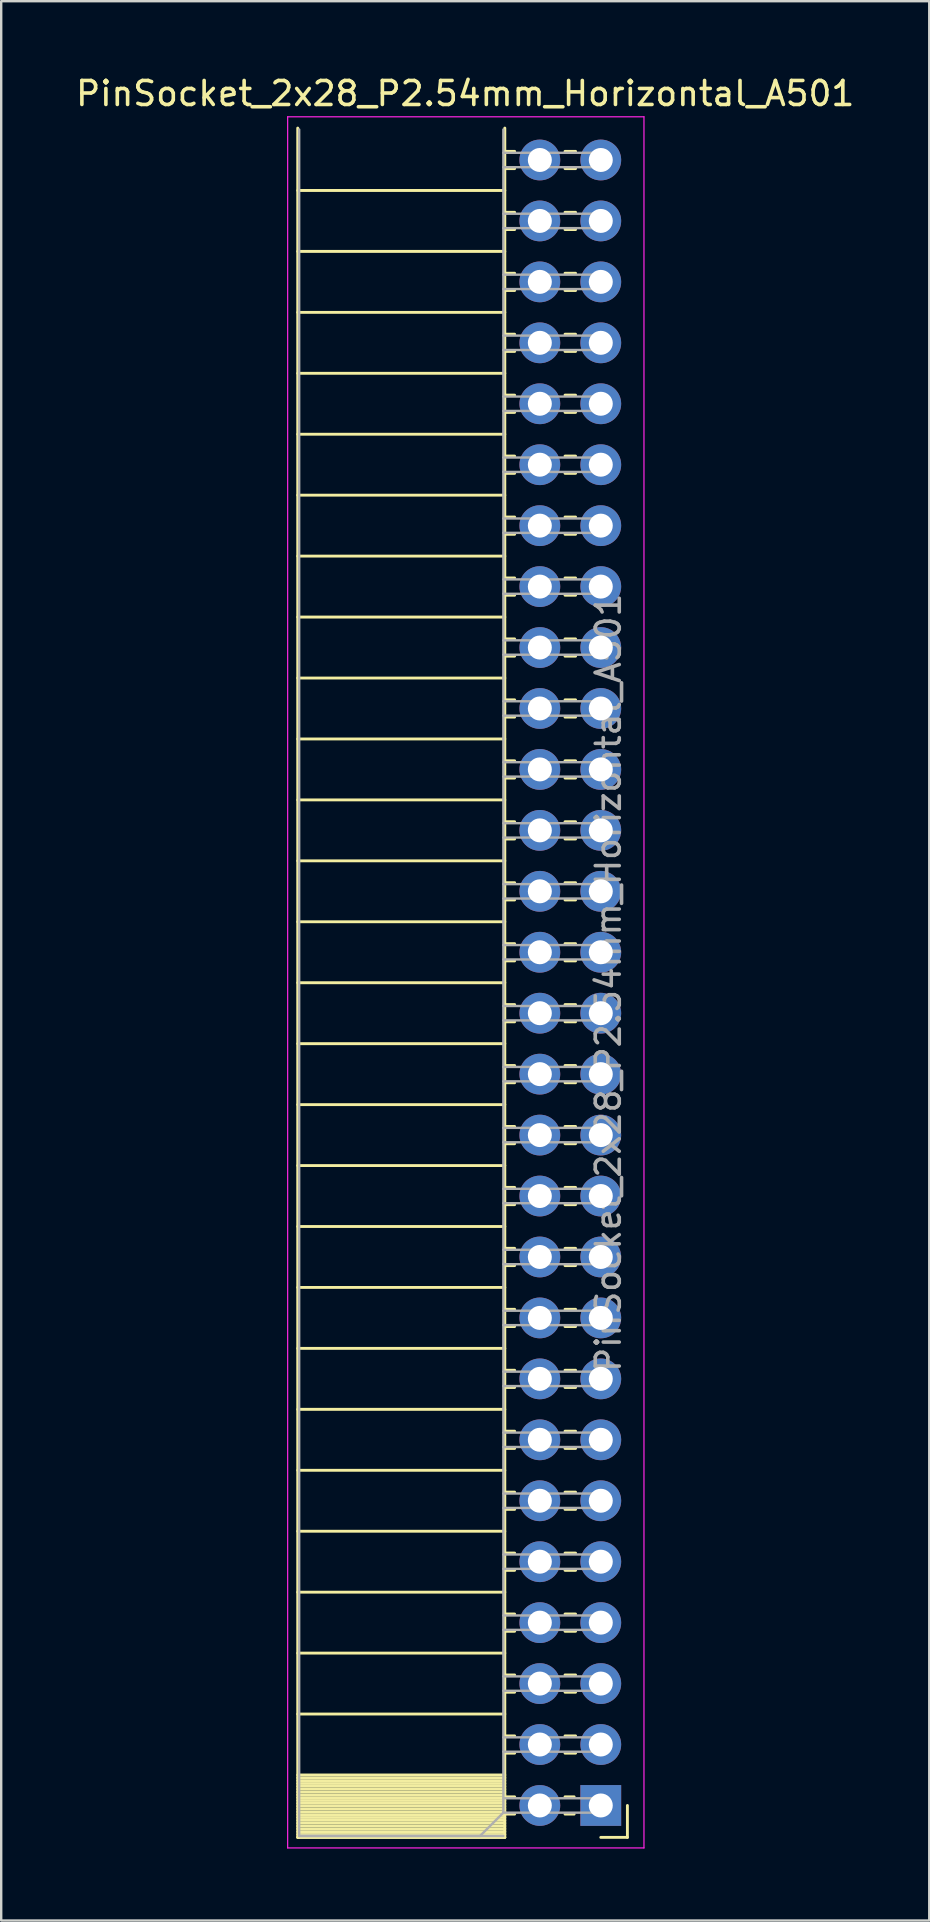
<source format=kicad_pcb>
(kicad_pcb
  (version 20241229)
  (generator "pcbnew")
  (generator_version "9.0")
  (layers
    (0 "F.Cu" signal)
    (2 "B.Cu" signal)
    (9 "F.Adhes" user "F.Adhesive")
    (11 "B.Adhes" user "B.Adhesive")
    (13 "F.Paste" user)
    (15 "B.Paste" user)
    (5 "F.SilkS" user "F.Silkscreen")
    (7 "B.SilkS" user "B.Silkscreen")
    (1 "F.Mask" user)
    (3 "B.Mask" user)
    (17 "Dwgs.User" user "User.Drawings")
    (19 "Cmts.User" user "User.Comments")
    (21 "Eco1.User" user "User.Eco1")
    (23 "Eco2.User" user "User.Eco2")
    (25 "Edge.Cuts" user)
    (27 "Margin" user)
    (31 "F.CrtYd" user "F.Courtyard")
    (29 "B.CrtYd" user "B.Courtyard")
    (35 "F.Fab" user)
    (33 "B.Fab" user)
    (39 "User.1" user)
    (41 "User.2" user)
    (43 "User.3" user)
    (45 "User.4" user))
  (footprint "PinSocket_2x28_P2.54mm_Horizontal_A501"
    (layer "F.Cu")
    (at 21.989 3.618)
    (property "Reference" "PinSocket_2x28_P2.54mm_Horizontal_A501" (at -5.65 -2.77 0) (layer "F.SilkS") (effects (font (size 1 1) (thickness 0.15))))
    (attr through_hole)
    (fp_line (start -12.63 -1.33) (end -12.63 69.91) (stroke (width 0.12) (type solid)) (layer "F.SilkS"))
    (fp_line (start -12.63 1.27) (end -4 1.27) (stroke (width 0.12) (type solid)) (layer "F.SilkS"))
    (fp_line (start -12.63 3.81) (end -4 3.81) (stroke (width 0.12) (type solid)) (layer "F.SilkS"))
    (fp_line (start -12.63 6.35) (end -4 6.35) (stroke (width 0.12) (type solid)) (layer "F.SilkS"))
    (fp_line (start -12.63 8.89) (end -4 8.89) (stroke (width 0.12) (type solid)) (layer "F.SilkS"))
    (fp_line (start -12.63 11.43) (end -4 11.43) (stroke (width 0.12) (type solid)) (layer "F.SilkS"))
    (fp_line (start -12.63 13.97) (end -4 13.97) (stroke (width 0.12) (type solid)) (layer "F.SilkS"))
    (fp_line (start -12.63 16.51) (end -4 16.51) (stroke (width 0.12) (type solid)) (layer "F.SilkS"))
    (fp_line (start -12.63 19.05) (end -4 19.05) (stroke (width 0.12) (type solid)) (layer "F.SilkS"))
    (fp_line (start -12.63 21.59) (end -4 21.59) (stroke (width 0.12) (type solid)) (layer "F.SilkS"))
    (fp_line (start -12.63 24.13) (end -4 24.13) (stroke (width 0.12) (type solid)) (layer "F.SilkS"))
    (fp_line (start -12.63 26.67) (end -4 26.67) (stroke (width 0.12) (type solid)) (layer "F.SilkS"))
    (fp_line (start -12.63 29.21) (end -4 29.21) (stroke (width 0.12) (type solid)) (layer "F.SilkS"))
    (fp_line (start -12.63 31.75) (end -4 31.75) (stroke (width 0.12) (type solid)) (layer "F.SilkS"))
    (fp_line (start -12.63 34.29) (end -4 34.29) (stroke (width 0.12) (type solid)) (layer "F.SilkS"))
    (fp_line (start -12.63 36.83) (end -4 36.83) (stroke (width 0.12) (type solid)) (layer "F.SilkS"))
    (fp_line (start -12.63 39.37) (end -4 39.37) (stroke (width 0.12) (type solid)) (layer "F.SilkS"))
    (fp_line (start -12.63 41.91) (end -4 41.91) (stroke (width 0.12) (type solid)) (layer "F.SilkS"))
    (fp_line (start -12.63 44.45) (end -4 44.45) (stroke (width 0.12) (type solid)) (layer "F.SilkS"))
    (fp_line (start -12.63 46.99) (end -4 46.99) (stroke (width 0.12) (type solid)) (layer "F.SilkS"))
    (fp_line (start -12.63 49.53) (end -4 49.53) (stroke (width 0.12) (type solid)) (layer "F.SilkS"))
    (fp_line (start -12.63 52.07) (end -4 52.07) (stroke (width 0.12) (type solid)) (layer "F.SilkS"))
    (fp_line (start -12.63 54.61) (end -4 54.61) (stroke (width 0.12) (type solid)) (layer "F.SilkS"))
    (fp_line (start -12.63 57.15) (end -4 57.15) (stroke (width 0.12) (type solid)) (layer "F.SilkS"))
    (fp_line (start -12.63 59.69) (end -4 59.69) (stroke (width 0.12) (type solid)) (layer "F.SilkS"))
    (fp_line (start -12.63 62.23) (end -4 62.23) (stroke (width 0.12) (type solid)) (layer "F.SilkS"))
    (fp_line (start -12.63 64.77) (end -4 64.77) (stroke (width 0.12) (type solid)) (layer "F.SilkS"))
    (fp_line (start -12.63 67.31) (end -4 67.31) (stroke (width 0.12) (type solid)) (layer "F.SilkS"))
    (fp_line (start -12.63 67.428) (end -4 67.428) (stroke (width 0.12) (type solid)) (layer "F.SilkS"))
    (fp_line (start -12.63 67.546) (end -4 67.546) (stroke (width 0.12) (type solid)) (layer "F.SilkS"))
    (fp_line (start -12.63 67.664) (end -4 67.664) (stroke (width 0.12) (type solid)) (layer "F.SilkS"))
    (fp_line (start -12.63 67.782) (end -4 67.782) (stroke (width 0.12) (type solid)) (layer "F.SilkS"))
    (fp_line (start -12.63 67.9) (end -4 67.9) (stroke (width 0.12) (type solid)) (layer "F.SilkS"))
    (fp_line (start -12.63 68.019) (end -4 68.019) (stroke (width 0.12) (type solid)) (layer "F.SilkS"))
    (fp_line (start -12.63 68.137) (end -4 68.137) (stroke (width 0.12) (type solid)) (layer "F.SilkS"))
    (fp_line (start -12.63 68.255) (end -4 68.255) (stroke (width 0.12) (type solid)) (layer "F.SilkS"))
    (fp_line (start -12.63 68.373) (end -4 68.373) (stroke (width 0.12) (type solid)) (layer "F.SilkS"))
    (fp_line (start -12.63 68.491) (end -4 68.491) (stroke (width 0.12) (type solid)) (layer "F.SilkS"))
    (fp_line (start -12.63 68.609) (end -4 68.609) (stroke (width 0.12) (type solid)) (layer "F.SilkS"))
    (fp_line (start -12.63 68.727) (end -4 68.727) (stroke (width 0.12) (type solid)) (layer "F.SilkS"))
    (fp_line (start -12.63 68.845) (end -4 68.845) (stroke (width 0.12) (type solid)) (layer "F.SilkS"))
    (fp_line (start -12.63 68.963) (end -4 68.963) (stroke (width 0.12) (type solid)) (layer "F.SilkS"))
    (fp_line (start -12.63 69.081) (end -4 69.081) (stroke (width 0.12) (type solid)) (layer "F.SilkS"))
    (fp_line (start -12.63 69.2) (end -4 69.2) (stroke (width 0.12) (type solid)) (layer "F.SilkS"))
    (fp_line (start -12.63 69.318) (end -4 69.318) (stroke (width 0.12) (type solid)) (layer "F.SilkS"))
    (fp_line (start -12.63 69.436) (end -4 69.436) (stroke (width 0.12) (type solid)) (layer "F.SilkS"))
    (fp_line (start -12.63 69.554) (end -4 69.554) (stroke (width 0.12) (type solid)) (layer "F.SilkS"))
    (fp_line (start -12.63 69.672) (end -4 69.672) (stroke (width 0.12) (type solid)) (layer "F.SilkS"))
    (fp_line (start -12.63 69.79) (end -4 69.79) (stroke (width 0.12) (type solid)) (layer "F.SilkS"))
    (fp_line (start -12.63 69.91) (end -4 69.91) (stroke (width 0.12) (type solid)) (layer "F.SilkS"))
    (fp_line (start -12.63 69.91) (end -4 69.91) (stroke (width 0.12) (type solid)) (layer "F.SilkS"))
    (fp_line (start -4 -0.36) (end -3.59 -0.36) (stroke (width 0.12) (type solid)) (layer "F.SilkS"))
    (fp_line (start -4 0.36) (end -3.59 0.36) (stroke (width 0.12) (type solid)) (layer "F.SilkS"))
    (fp_line (start -4 2.18) (end -3.59 2.18) (stroke (width 0.12) (type solid)) (layer "F.SilkS"))
    (fp_line (start -4 2.9) (end -3.59 2.9) (stroke (width 0.12) (type solid)) (layer "F.SilkS"))
    (fp_line (start -4 4.72) (end -3.59 4.72) (stroke (width 0.12) (type solid)) (layer "F.SilkS"))
    (fp_line (start -4 5.44) (end -3.59 5.44) (stroke (width 0.12) (type solid)) (layer "F.SilkS"))
    (fp_line (start -4 7.26) (end -3.59 7.26) (stroke (width 0.12) (type solid)) (layer "F.SilkS"))
    (fp_line (start -4 7.98) (end -3.59 7.98) (stroke (width 0.12) (type solid)) (layer "F.SilkS"))
    (fp_line (start -4 9.8) (end -3.59 9.8) (stroke (width 0.12) (type solid)) (layer "F.SilkS"))
    (fp_line (start -4 10.52) (end -3.59 10.52) (stroke (width 0.12) (type solid)) (layer "F.SilkS"))
    (fp_line (start -4 12.34) (end -3.59 12.34) (stroke (width 0.12) (type solid)) (layer "F.SilkS"))
    (fp_line (start -4 13.06) (end -3.59 13.06) (stroke (width 0.12) (type solid)) (layer "F.SilkS"))
    (fp_line (start -4 14.88) (end -3.59 14.88) (stroke (width 0.12) (type solid)) (layer "F.SilkS"))
    (fp_line (start -4 15.6) (end -3.59 15.6) (stroke (width 0.12) (type solid)) (layer "F.SilkS"))
    (fp_line (start -4 17.42) (end -3.59 17.42) (stroke (width 0.12) (type solid)) (layer "F.SilkS"))
    (fp_line (start -4 18.14) (end -3.59 18.14) (stroke (width 0.12) (type solid)) (layer "F.SilkS"))
    (fp_line (start -4 19.96) (end -3.59 19.96) (stroke (width 0.12) (type solid)) (layer "F.SilkS"))
    (fp_line (start -4 20.68) (end -3.59 20.68) (stroke (width 0.12) (type solid)) (layer "F.SilkS"))
    (fp_line (start -4 22.5) (end -3.59 22.5) (stroke (width 0.12) (type solid)) (layer "F.SilkS"))
    (fp_line (start -4 23.22) (end -3.59 23.22) (stroke (width 0.12) (type solid)) (layer "F.SilkS"))
    (fp_line (start -4 25.04) (end -3.59 25.04) (stroke (width 0.12) (type solid)) (layer "F.SilkS"))
    (fp_line (start -4 25.76) (end -3.59 25.76) (stroke (width 0.12) (type solid)) (layer "F.SilkS"))
    (fp_line (start -4 27.58) (end -3.59 27.58) (stroke (width 0.12) (type solid)) (layer "F.SilkS"))
    (fp_line (start -4 28.3) (end -3.59 28.3) (stroke (width 0.12) (type solid)) (layer "F.SilkS"))
    (fp_line (start -4 30.12) (end -3.59 30.12) (stroke (width 0.12) (type solid)) (layer "F.SilkS"))
    (fp_line (start -4 30.84) (end -3.59 30.84) (stroke (width 0.12) (type solid)) (layer "F.SilkS"))
    (fp_line (start -4 32.66) (end -3.59 32.66) (stroke (width 0.12) (type solid)) (layer "F.SilkS"))
    (fp_line (start -4 33.38) (end -3.59 33.38) (stroke (width 0.12) (type solid)) (layer "F.SilkS"))
    (fp_line (start -4 35.2) (end -3.59 35.2) (stroke (width 0.12) (type solid)) (layer "F.SilkS"))
    (fp_line (start -4 35.92) (end -3.59 35.92) (stroke (width 0.12) (type solid)) (layer "F.SilkS"))
    (fp_line (start -4 37.74) (end -3.59 37.74) (stroke (width 0.12) (type solid)) (layer "F.SilkS"))
    (fp_line (start -4 38.46) (end -3.59 38.46) (stroke (width 0.12) (type solid)) (layer "F.SilkS"))
    (fp_line (start -4 40.28) (end -3.59 40.28) (stroke (width 0.12) (type solid)) (layer "F.SilkS"))
    (fp_line (start -4 41) (end -3.59 41) (stroke (width 0.12) (type solid)) (layer "F.SilkS"))
    (fp_line (start -4 42.82) (end -3.59 42.82) (stroke (width 0.12) (type solid)) (layer "F.SilkS"))
    (fp_line (start -4 43.54) (end -3.59 43.54) (stroke (width 0.12) (type solid)) (layer "F.SilkS"))
    (fp_line (start -4 45.36) (end -3.59 45.36) (stroke (width 0.12) (type solid)) (layer "F.SilkS"))
    (fp_line (start -4 46.08) (end -3.59 46.08) (stroke (width 0.12) (type solid)) (layer "F.SilkS"))
    (fp_line (start -4 47.9) (end -3.59 47.9) (stroke (width 0.12) (type solid)) (layer "F.SilkS"))
    (fp_line (start -4 48.62) (end -3.59 48.62) (stroke (width 0.12) (type solid)) (layer "F.SilkS"))
    (fp_line (start -4 50.44) (end -3.59 50.44) (stroke (width 0.12) (type solid)) (layer "F.SilkS"))
    (fp_line (start -4 51.16) (end -3.59 51.16) (stroke (width 0.12) (type solid)) (layer "F.SilkS"))
    (fp_line (start -4 52.98) (end -3.59 52.98) (stroke (width 0.12) (type solid)) (layer "F.SilkS"))
    (fp_line (start -4 53.7) (end -3.59 53.7) (stroke (width 0.12) (type solid)) (layer "F.SilkS"))
    (fp_line (start -4 55.52) (end -3.59 55.52) (stroke (width 0.12) (type solid)) (layer "F.SilkS"))
    (fp_line (start -4 56.24) (end -3.59 56.24) (stroke (width 0.12) (type solid)) (layer "F.SilkS"))
    (fp_line (start -4 58.06) (end -3.59 58.06) (stroke (width 0.12) (type solid)) (layer "F.SilkS"))
    (fp_line (start -4 58.78) (end -3.59 58.78) (stroke (width 0.12) (type solid)) (layer "F.SilkS"))
    (fp_line (start -4 60.6) (end -3.59 60.6) (stroke (width 0.12) (type solid)) (layer "F.SilkS"))
    (fp_line (start -4 61.32) (end -3.59 61.32) (stroke (width 0.12) (type solid)) (layer "F.SilkS"))
    (fp_line (start -4 63.14) (end -3.59 63.14) (stroke (width 0.12) (type solid)) (layer "F.SilkS"))
    (fp_line (start -4 63.86) (end -3.59 63.86) (stroke (width 0.12) (type solid)) (layer "F.SilkS"))
    (fp_line (start -4 65.68) (end -3.59 65.68) (stroke (width 0.12) (type solid)) (layer "F.SilkS"))
    (fp_line (start -4 66.4) (end -3.59 66.4) (stroke (width 0.12) (type solid)) (layer "F.SilkS"))
    (fp_line (start -4 68.22) (end -3.59 68.22) (stroke (width 0.12) (type solid)) (layer "F.SilkS"))
    (fp_line (start -4 68.94) (end -3.59 68.94) (stroke (width 0.12) (type solid)) (layer "F.SilkS"))
    (fp_line (start -4 69.91) (end -4 -1.33) (stroke (width 0.12) (type solid)) (layer "F.SilkS"))
    (fp_line (start -1.49 -0.36) (end -1.05 -0.36) (stroke (width 0.12) (type solid)) (layer "F.SilkS"))
    (fp_line (start -1.49 0.36) (end -1.05 0.36) (stroke (width 0.12) (type solid)) (layer "F.SilkS"))
    (fp_line (start -1.49 2.18) (end -1.05 2.18) (stroke (width 0.12) (type solid)) (layer "F.SilkS"))
    (fp_line (start -1.49 2.9) (end -1.05 2.9) (stroke (width 0.12) (type solid)) (layer "F.SilkS"))
    (fp_line (start -1.49 4.72) (end -1.05 4.72) (stroke (width 0.12) (type solid)) (layer "F.SilkS"))
    (fp_line (start -1.49 5.44) (end -1.05 5.44) (stroke (width 0.12) (type solid)) (layer "F.SilkS"))
    (fp_line (start -1.49 7.26) (end -1.05 7.26) (stroke (width 0.12) (type solid)) (layer "F.SilkS"))
    (fp_line (start -1.49 7.98) (end -1.05 7.98) (stroke (width 0.12) (type solid)) (layer "F.SilkS"))
    (fp_line (start -1.49 9.8) (end -1.05 9.8) (stroke (width 0.12) (type solid)) (layer "F.SilkS"))
    (fp_line (start -1.49 10.52) (end -1.05 10.52) (stroke (width 0.12) (type solid)) (layer "F.SilkS"))
    (fp_line (start -1.49 12.34) (end -1.05 12.34) (stroke (width 0.12) (type solid)) (layer "F.SilkS"))
    (fp_line (start -1.49 13.06) (end -1.05 13.06) (stroke (width 0.12) (type solid)) (layer "F.SilkS"))
    (fp_line (start -1.49 14.88) (end -1.05 14.88) (stroke (width 0.12) (type solid)) (layer "F.SilkS"))
    (fp_line (start -1.49 15.6) (end -1.05 15.6) (stroke (width 0.12) (type solid)) (layer "F.SilkS"))
    (fp_line (start -1.49 17.42) (end -1.05 17.42) (stroke (width 0.12) (type solid)) (layer "F.SilkS"))
    (fp_line (start -1.49 18.14) (end -1.05 18.14) (stroke (width 0.12) (type solid)) (layer "F.SilkS"))
    (fp_line (start -1.49 19.96) (end -1.05 19.96) (stroke (width 0.12) (type solid)) (layer "F.SilkS"))
    (fp_line (start -1.49 20.68) (end -1.05 20.68) (stroke (width 0.12) (type solid)) (layer "F.SilkS"))
    (fp_line (start -1.49 22.5) (end -1.05 22.5) (stroke (width 0.12) (type solid)) (layer "F.SilkS"))
    (fp_line (start -1.49 23.22) (end -1.05 23.22) (stroke (width 0.12) (type solid)) (layer "F.SilkS"))
    (fp_line (start -1.49 25.04) (end -1.05 25.04) (stroke (width 0.12) (type solid)) (layer "F.SilkS"))
    (fp_line (start -1.49 25.76) (end -1.05 25.76) (stroke (width 0.12) (type solid)) (layer "F.SilkS"))
    (fp_line (start -1.49 27.58) (end -1.05 27.58) (stroke (width 0.12) (type solid)) (layer "F.SilkS"))
    (fp_line (start -1.49 28.3) (end -1.05 28.3) (stroke (width 0.12) (type solid)) (layer "F.SilkS"))
    (fp_line (start -1.49 30.12) (end -1.05 30.12) (stroke (width 0.12) (type solid)) (layer "F.SilkS"))
    (fp_line (start -1.49 30.84) (end -1.05 30.84) (stroke (width 0.12) (type solid)) (layer "F.SilkS"))
    (fp_line (start -1.49 32.66) (end -1.05 32.66) (stroke (width 0.12) (type solid)) (layer "F.SilkS"))
    (fp_line (start -1.49 33.38) (end -1.05 33.38) (stroke (width 0.12) (type solid)) (layer "F.SilkS"))
    (fp_line (start -1.49 35.2) (end -1.05 35.2) (stroke (width 0.12) (type solid)) (layer "F.SilkS"))
    (fp_line (start -1.49 35.92) (end -1.05 35.92) (stroke (width 0.12) (type solid)) (layer "F.SilkS"))
    (fp_line (start -1.49 37.74) (end -1.05 37.74) (stroke (width 0.12) (type solid)) (layer "F.SilkS"))
    (fp_line (start -1.49 38.46) (end -1.05 38.46) (stroke (width 0.12) (type solid)) (layer "F.SilkS"))
    (fp_line (start -1.49 40.28) (end -1.05 40.28) (stroke (width 0.12) (type solid)) (layer "F.SilkS"))
    (fp_line (start -1.49 41) (end -1.05 41) (stroke (width 0.12) (type solid)) (layer "F.SilkS"))
    (fp_line (start -1.49 42.82) (end -1.05 42.82) (stroke (width 0.12) (type solid)) (layer "F.SilkS"))
    (fp_line (start -1.49 43.54) (end -1.05 43.54) (stroke (width 0.12) (type solid)) (layer "F.SilkS"))
    (fp_line (start -1.49 45.36) (end -1.05 45.36) (stroke (width 0.12) (type solid)) (layer "F.SilkS"))
    (fp_line (start -1.49 46.08) (end -1.05 46.08) (stroke (width 0.12) (type solid)) (layer "F.SilkS"))
    (fp_line (start -1.49 47.9) (end -1.05 47.9) (stroke (width 0.12) (type solid)) (layer "F.SilkS"))
    (fp_line (start -1.49 48.62) (end -1.05 48.62) (stroke (width 0.12) (type solid)) (layer "F.SilkS"))
    (fp_line (start -1.49 50.44) (end -1.05 50.44) (stroke (width 0.12) (type solid)) (layer "F.SilkS"))
    (fp_line (start -1.49 51.16) (end -1.05 51.16) (stroke (width 0.12) (type solid)) (layer "F.SilkS"))
    (fp_line (start -1.49 52.98) (end -1.05 52.98) (stroke (width 0.12) (type solid)) (layer "F.SilkS"))
    (fp_line (start -1.49 53.7) (end -1.05 53.7) (stroke (width 0.12) (type solid)) (layer "F.SilkS"))
    (fp_line (start -1.49 55.52) (end -1.05 55.52) (stroke (width 0.12) (type solid)) (layer "F.SilkS"))
    (fp_line (start -1.49 56.24) (end -1.05 56.24) (stroke (width 0.12) (type solid)) (layer "F.SilkS"))
    (fp_line (start -1.49 58.06) (end -1.05 58.06) (stroke (width 0.12) (type solid)) (layer "F.SilkS"))
    (fp_line (start -1.49 58.78) (end -1.05 58.78) (stroke (width 0.12) (type solid)) (layer "F.SilkS"))
    (fp_line (start -1.49 60.6) (end -1.05 60.6) (stroke (width 0.12) (type solid)) (layer "F.SilkS"))
    (fp_line (start -1.49 61.32) (end -1.05 61.32) (stroke (width 0.12) (type solid)) (layer "F.SilkS"))
    (fp_line (start -1.49 63.14) (end -1.05 63.14) (stroke (width 0.12) (type solid)) (layer "F.SilkS"))
    (fp_line (start -1.49 63.86) (end -1.05 63.86) (stroke (width 0.12) (type solid)) (layer "F.SilkS"))
    (fp_line (start -1.49 65.68) (end -1.05 65.68) (stroke (width 0.12) (type solid)) (layer "F.SilkS"))
    (fp_line (start -1.49 66.4) (end -1.05 66.4) (stroke (width 0.12) (type solid)) (layer "F.SilkS"))
    (fp_line (start -1.49 68.22) (end -1.11 68.22) (stroke (width 0.12) (type solid)) (layer "F.SilkS"))
    (fp_line (start -1.49 68.94) (end -1.11 68.94) (stroke (width 0.12) (type solid)) (layer "F.SilkS"))
    (fp_line (start 0 69.91) (end 1.11 69.91) (stroke (width 0.12) (type solid)) (layer "F.SilkS"))
    (fp_line (start 1.11 69.91) (end 1.11 68.58) (stroke (width 0.12) (type solid)) (layer "F.SilkS"))
    (fp_line (start -13.05 -1.8) (end -13.05 70.35) (stroke (width 0.05) (type solid)) (layer "F.CrtYd"))
    (fp_line (start -13.05 70.35) (end 1.8 70.35) (stroke (width 0.05) (type solid)) (layer "F.CrtYd"))
    (fp_line (start 1.8 -1.8) (end -13.05 -1.8) (stroke (width 0.05) (type solid)) (layer "F.CrtYd"))
    (fp_line (start 1.8 70.35) (end 1.8 -1.8) (stroke (width 0.05) (type solid)) (layer "F.CrtYd"))
    (fp_line (start -12.57 69.85) (end -12.57 -1.27) (stroke (width 0.1) (type solid)) (layer "F.Fab"))
    (fp_line (start -12.57 69.85) (end -5.03 69.85) (stroke (width 0.1) (type solid)) (layer "F.Fab"))
    (fp_line (start -5.03 69.85) (end -4.06 68.88) (stroke (width 0.1) (type solid)) (layer "F.Fab"))
    (fp_line (start -4.06 -0.3) (end 0 -0.3) (stroke (width 0.1) (type solid)) (layer "F.Fab"))
    (fp_line (start -4.06 2.24) (end 0 2.24) (stroke (width 0.1) (type solid)) (layer "F.Fab"))
    (fp_line (start -4.06 4.78) (end 0 4.78) (stroke (width 0.1) (type solid)) (layer "F.Fab"))
    (fp_line (start -4.06 7.32) (end 0 7.32) (stroke (width 0.1) (type solid)) (layer "F.Fab"))
    (fp_line (start -4.06 9.86) (end 0 9.86) (stroke (width 0.1) (type solid)) (layer "F.Fab"))
    (fp_line (start -4.06 12.4) (end 0 12.4) (stroke (width 0.1) (type solid)) (layer "F.Fab"))
    (fp_line (start -4.06 14.94) (end 0 14.94) (stroke (width 0.1) (type solid)) (layer "F.Fab"))
    (fp_line (start -4.06 17.48) (end 0 17.48) (stroke (width 0.1) (type solid)) (layer "F.Fab"))
    (fp_line (start -4.06 20.02) (end 0 20.02) (stroke (width 0.1) (type solid)) (layer "F.Fab"))
    (fp_line (start -4.06 22.56) (end 0 22.56) (stroke (width 0.1) (type solid)) (layer "F.Fab"))
    (fp_line (start -4.06 25.1) (end 0 25.1) (stroke (width 0.1) (type solid)) (layer "F.Fab"))
    (fp_line (start -4.06 27.64) (end 0 27.64) (stroke (width 0.1) (type solid)) (layer "F.Fab"))
    (fp_line (start -4.06 30.18) (end 0 30.18) (stroke (width 0.1) (type solid)) (layer "F.Fab"))
    (fp_line (start -4.06 32.72) (end 0 32.72) (stroke (width 0.1) (type solid)) (layer "F.Fab"))
    (fp_line (start -4.06 35.26) (end 0 35.26) (stroke (width 0.1) (type solid)) (layer "F.Fab"))
    (fp_line (start -4.06 37.8) (end 0 37.8) (stroke (width 0.1) (type solid)) (layer "F.Fab"))
    (fp_line (start -4.06 40.34) (end 0 40.34) (stroke (width 0.1) (type solid)) (layer "F.Fab"))
    (fp_line (start -4.06 42.88) (end 0 42.88) (stroke (width 0.1) (type solid)) (layer "F.Fab"))
    (fp_line (start -4.06 45.42) (end 0 45.42) (stroke (width 0.1) (type solid)) (layer "F.Fab"))
    (fp_line (start -4.06 47.96) (end 0 47.96) (stroke (width 0.1) (type solid)) (layer "F.Fab"))
    (fp_line (start -4.06 50.5) (end 0 50.5) (stroke (width 0.1) (type solid)) (layer "F.Fab"))
    (fp_line (start -4.06 53.04) (end 0 53.04) (stroke (width 0.1) (type solid)) (layer "F.Fab"))
    (fp_line (start -4.06 55.58) (end 0 55.58) (stroke (width 0.1) (type solid)) (layer "F.Fab"))
    (fp_line (start -4.06 58.12) (end 0 58.12) (stroke (width 0.1) (type solid)) (layer "F.Fab"))
    (fp_line (start -4.06 60.66) (end 0 60.66) (stroke (width 0.1) (type solid)) (layer "F.Fab"))
    (fp_line (start -4.06 63.2) (end 0 63.2) (stroke (width 0.1) (type solid)) (layer "F.Fab"))
    (fp_line (start -4.06 65.74) (end 0 65.74) (stroke (width 0.1) (type solid)) (layer "F.Fab"))
    (fp_line (start -4.06 68.28) (end 0 68.28) (stroke (width 0.1) (type solid)) (layer "F.Fab"))
    (fp_line (start -4.06 68.88) (end -4.06 -1.27) (stroke (width 0.1) (type solid)) (layer "F.Fab"))
    (fp_line (start -4.06 69.85) (end -12.57 69.85) (stroke (width 0.1) (type solid)) (layer "F.Fab"))
    (fp_line (start 0 -0.3) (end 0 0.3) (stroke (width 0.1) (type solid)) (layer "F.Fab"))
    (fp_line (start 0 0.3) (end -4.06 0.3) (stroke (width 0.1) (type solid)) (layer "F.Fab"))
    (fp_line (start 0 2.24) (end 0 2.84) (stroke (width 0.1) (type solid)) (layer "F.Fab"))
    (fp_line (start 0 2.84) (end -4.06 2.84) (stroke (width 0.1) (type solid)) (layer "F.Fab"))
    (fp_line (start 0 4.78) (end 0 5.38) (stroke (width 0.1) (type solid)) (layer "F.Fab"))
    (fp_line (start 0 5.38) (end -4.06 5.38) (stroke (width 0.1) (type solid)) (layer "F.Fab"))
    (fp_line (start 0 7.32) (end 0 7.92) (stroke (width 0.1) (type solid)) (layer "F.Fab"))
    (fp_line (start 0 7.92) (end -4.06 7.92) (stroke (width 0.1) (type solid)) (layer "F.Fab"))
    (fp_line (start 0 9.86) (end 0 10.46) (stroke (width 0.1) (type solid)) (layer "F.Fab"))
    (fp_line (start 0 10.46) (end -4.06 10.46) (stroke (width 0.1) (type solid)) (layer "F.Fab"))
    (fp_line (start 0 12.4) (end 0 13) (stroke (width 0.1) (type solid)) (layer "F.Fab"))
    (fp_line (start 0 13) (end -4.06 13) (stroke (width 0.1) (type solid)) (layer "F.Fab"))
    (fp_line (start 0 14.94) (end 0 15.54) (stroke (width 0.1) (type solid)) (layer "F.Fab"))
    (fp_line (start 0 15.54) (end -4.06 15.54) (stroke (width 0.1) (type solid)) (layer "F.Fab"))
    (fp_line (start 0 17.48) (end 0 18.08) (stroke (width 0.1) (type solid)) (layer "F.Fab"))
    (fp_line (start 0 18.08) (end -4.06 18.08) (stroke (width 0.1) (type solid)) (layer "F.Fab"))
    (fp_line (start 0 20.02) (end 0 20.62) (stroke (width 0.1) (type solid)) (layer "F.Fab"))
    (fp_line (start 0 20.62) (end -4.06 20.62) (stroke (width 0.1) (type solid)) (layer "F.Fab"))
    (fp_line (start 0 22.56) (end 0 23.16) (stroke (width 0.1) (type solid)) (layer "F.Fab"))
    (fp_line (start 0 23.16) (end -4.06 23.16) (stroke (width 0.1) (type solid)) (layer "F.Fab"))
    (fp_line (start 0 25.1) (end 0 25.7) (stroke (width 0.1) (type solid)) (layer "F.Fab"))
    (fp_line (start 0 25.7) (end -4.06 25.7) (stroke (width 0.1) (type solid)) (layer "F.Fab"))
    (fp_line (start 0 27.64) (end 0 28.24) (stroke (width 0.1) (type solid)) (layer "F.Fab"))
    (fp_line (start 0 28.24) (end -4.06 28.24) (stroke (width 0.1) (type solid)) (layer "F.Fab"))
    (fp_line (start 0 30.18) (end 0 30.78) (stroke (width 0.1) (type solid)) (layer "F.Fab"))
    (fp_line (start 0 30.78) (end -4.06 30.78) (stroke (width 0.1) (type solid)) (layer "F.Fab"))
    (fp_line (start 0 32.72) (end 0 33.32) (stroke (width 0.1) (type solid)) (layer "F.Fab"))
    (fp_line (start 0 33.32) (end -4.06 33.32) (stroke (width 0.1) (type solid)) (layer "F.Fab"))
    (fp_line (start 0 35.26) (end 0 35.86) (stroke (width 0.1) (type solid)) (layer "F.Fab"))
    (fp_line (start 0 35.86) (end -4.06 35.86) (stroke (width 0.1) (type solid)) (layer "F.Fab"))
    (fp_line (start 0 37.8) (end 0 38.4) (stroke (width 0.1) (type solid)) (layer "F.Fab"))
    (fp_line (start 0 38.4) (end -4.06 38.4) (stroke (width 0.1) (type solid)) (layer "F.Fab"))
    (fp_line (start 0 40.34) (end 0 40.94) (stroke (width 0.1) (type solid)) (layer "F.Fab"))
    (fp_line (start 0 40.94) (end -4.06 40.94) (stroke (width 0.1) (type solid)) (layer "F.Fab"))
    (fp_line (start 0 42.88) (end 0 43.48) (stroke (width 0.1) (type solid)) (layer "F.Fab"))
    (fp_line (start 0 43.48) (end -4.06 43.48) (stroke (width 0.1) (type solid)) (layer "F.Fab"))
    (fp_line (start 0 45.42) (end 0 46.02) (stroke (width 0.1) (type solid)) (layer "F.Fab"))
    (fp_line (start 0 46.02) (end -4.06 46.02) (stroke (width 0.1) (type solid)) (layer "F.Fab"))
    (fp_line (start 0 47.96) (end 0 48.56) (stroke (width 0.1) (type solid)) (layer "F.Fab"))
    (fp_line (start 0 48.56) (end -4.06 48.56) (stroke (width 0.1) (type solid)) (layer "F.Fab"))
    (fp_line (start 0 50.5) (end 0 51.1) (stroke (width 0.1) (type solid)) (layer "F.Fab"))
    (fp_line (start 0 51.1) (end -4.06 51.1) (stroke (width 0.1) (type solid)) (layer "F.Fab"))
    (fp_line (start 0 53.04) (end 0 53.64) (stroke (width 0.1) (type solid)) (layer "F.Fab"))
    (fp_line (start 0 53.64) (end -4.06 53.64) (stroke (width 0.1) (type solid)) (layer "F.Fab"))
    (fp_line (start 0 55.58) (end 0 56.18) (stroke (width 0.1) (type solid)) (layer "F.Fab"))
    (fp_line (start 0 56.18) (end -4.06 56.18) (stroke (width 0.1) (type solid)) (layer "F.Fab"))
    (fp_line (start 0 58.12) (end 0 58.72) (stroke (width 0.1) (type solid)) (layer "F.Fab"))
    (fp_line (start 0 58.72) (end -4.06 58.72) (stroke (width 0.1) (type solid)) (layer "F.Fab"))
    (fp_line (start 0 60.66) (end 0 61.26) (stroke (width 0.1) (type solid)) (layer "F.Fab"))
    (fp_line (start 0 61.26) (end -4.06 61.26) (stroke (width 0.1) (type solid)) (layer "F.Fab"))
    (fp_line (start 0 63.2) (end 0 63.8) (stroke (width 0.1) (type solid)) (layer "F.Fab"))
    (fp_line (start 0 63.8) (end -4.06 63.8) (stroke (width 0.1) (type solid)) (layer "F.Fab"))
    (fp_line (start 0 65.74) (end 0 66.34) (stroke (width 0.1) (type solid)) (layer "F.Fab"))
    (fp_line (start 0 66.34) (end -4.06 66.34) (stroke (width 0.1) (type solid)) (layer "F.Fab"))
    (fp_line (start 0 68.28) (end 0 68.88) (stroke (width 0.1) (type solid)) (layer "F.Fab"))
    (fp_line (start 0 68.88) (end -4.06 68.88) (stroke (width 0.1) (type solid)) (layer "F.Fab"))
    (fp_text user "${REFERENCE}" (at 0.315 34.29 90) (layer "F.Fab") (effects (font (size 1 1) (thickness 0.15))))
    (pad "1" thru_hole rect (at 0 68.58) (size 1.7 1.7) (drill 1) (layers "*.Cu" "*.Mask"))
    (pad "2" thru_hole circle (at -2.54 68.58) (size 1.7 1.7) (drill 1) (layers "*.Cu" "*.Mask"))
    (pad "3" thru_hole circle (at 0 66.04) (size 1.7 1.7) (drill 1) (layers "*.Cu" "*.Mask"))
    (pad "4" thru_hole circle (at -2.54 66.04) (size 1.7 1.7) (drill 1) (layers "*.Cu" "*.Mask"))
    (pad "5" thru_hole circle (at 0 63.5) (size 1.7 1.7) (drill 1) (layers "*.Cu" "*.Mask"))
    (pad "6" thru_hole circle (at -2.54 63.5) (size 1.7 1.7) (drill 1) (layers "*.Cu" "*.Mask"))
    (pad "7" thru_hole circle (at 0 60.96) (size 1.7 1.7) (drill 1) (layers "*.Cu" "*.Mask"))
    (pad "8" thru_hole circle (at -2.54 60.96) (size 1.7 1.7) (drill 1) (layers "*.Cu" "*.Mask"))
    (pad "9" thru_hole circle (at 0 58.42) (size 1.7 1.7) (drill 1) (layers "*.Cu" "*.Mask"))
    (pad "10" thru_hole circle (at -2.54 58.42) (size 1.7 1.7) (drill 1) (layers "*.Cu" "*.Mask"))
    (pad "11" thru_hole circle (at 0 55.88) (size 1.7 1.7) (drill 1) (layers "*.Cu" "*.Mask"))
    (pad "12" thru_hole circle (at -2.54 55.88) (size 1.7 1.7) (drill 1) (layers "*.Cu" "*.Mask"))
    (pad "13" thru_hole circle (at 0 53.34) (size 1.7 1.7) (drill 1) (layers "*.Cu" "*.Mask"))
    (pad "14" thru_hole circle (at -2.54 53.34) (size 1.7 1.7) (drill 1) (layers "*.Cu" "*.Mask"))
    (pad "15" thru_hole circle (at 0 50.8) (size 1.7 1.7) (drill 1) (layers "*.Cu" "*.Mask"))
    (pad "16" thru_hole circle (at -2.54 50.8) (size 1.7 1.7) (drill 1) (layers "*.Cu" "*.Mask"))
    (pad "17" thru_hole circle (at 0 48.26) (size 1.7 1.7) (drill 1) (layers "*.Cu" "*.Mask"))
    (pad "18" thru_hole circle (at -2.54 48.26) (size 1.7 1.7) (drill 1) (layers "*.Cu" "*.Mask"))
    (pad "19" thru_hole circle (at 0 45.72) (size 1.7 1.7) (drill 1) (layers "*.Cu" "*.Mask"))
    (pad "20" thru_hole circle (at -2.54 45.72) (size 1.7 1.7) (drill 1) (layers "*.Cu" "*.Mask"))
    (pad "21" thru_hole circle (at 0 43.18) (size 1.7 1.7) (drill 1) (layers "*.Cu" "*.Mask"))
    (pad "22" thru_hole circle (at -2.54 43.18) (size 1.7 1.7) (drill 1) (layers "*.Cu" "*.Mask"))
    (pad "23" thru_hole circle (at 0 40.64) (size 1.7 1.7) (drill 1) (layers "*.Cu" "*.Mask"))
    (pad "24" thru_hole circle (at -2.54 40.64) (size 1.7 1.7) (drill 1) (layers "*.Cu" "*.Mask"))
    (pad "25" thru_hole circle (at 0 38.1) (size 1.7 1.7) (drill 1) (layers "*.Cu" "*.Mask"))
    (pad "26" thru_hole circle (at -2.54 38.1) (size 1.7 1.7) (drill 1) (layers "*.Cu" "*.Mask"))
    (pad "27" thru_hole circle (at 0 35.56) (size 1.7 1.7) (drill 1) (layers "*.Cu" "*.Mask"))
    (pad "28" thru_hole circle (at -2.54 35.56) (size 1.7 1.7) (drill 1) (layers "*.Cu" "*.Mask"))
    (pad "29" thru_hole circle (at 0 33.02) (size 1.7 1.7) (drill 1) (layers "*.Cu" "*.Mask"))
    (pad "30" thru_hole circle (at -2.54 33.02) (size 1.7 1.7) (drill 1) (layers "*.Cu" "*.Mask"))
    (pad "31" thru_hole circle (at 0 30.48) (size 1.7 1.7) (drill 1) (layers "*.Cu" "*.Mask"))
    (pad "32" thru_hole circle (at -2.54 30.48) (size 1.7 1.7) (drill 1) (layers "*.Cu" "*.Mask"))
    (pad "33" thru_hole circle (at 0 27.94) (size 1.7 1.7) (drill 1) (layers "*.Cu" "*.Mask"))
    (pad "34" thru_hole circle (at -2.54 27.94) (size 1.7 1.7) (drill 1) (layers "*.Cu" "*.Mask"))
    (pad "35" thru_hole circle (at 0 25.4) (size 1.7 1.7) (drill 1) (layers "*.Cu" "*.Mask"))
    (pad "36" thru_hole circle (at -2.54 25.4) (size 1.7 1.7) (drill 1) (layers "*.Cu" "*.Mask"))
    (pad "37" thru_hole circle (at 0 22.86) (size 1.7 1.7) (drill 1) (layers "*.Cu" "*.Mask"))
    (pad "38" thru_hole circle (at -2.54 22.86) (size 1.7 1.7) (drill 1) (layers "*.Cu" "*.Mask"))
    (pad "39" thru_hole circle (at 0 20.32) (size 1.7 1.7) (drill 1) (layers "*.Cu" "*.Mask"))
    (pad "40" thru_hole circle (at -2.54 20.32) (size 1.7 1.7) (drill 1) (layers "*.Cu" "*.Mask"))
    (pad "41" thru_hole circle (at 0 17.78) (size 1.7 1.7) (drill 1) (layers "*.Cu" "*.Mask"))
    (pad "42" thru_hole circle (at -2.54 17.78) (size 1.7 1.7) (drill 1) (layers "*.Cu" "*.Mask"))
    (pad "43" thru_hole circle (at 0 15.24) (size 1.7 1.7) (drill 1) (layers "*.Cu" "*.Mask"))
    (pad "44" thru_hole circle (at -2.54 15.24) (size 1.7 1.7) (drill 1) (layers "*.Cu" "*.Mask"))
    (pad "45" thru_hole circle (at 0 12.7) (size 1.7 1.7) (drill 1) (layers "*.Cu" "*.Mask"))
    (pad "46" thru_hole circle (at -2.54 12.7) (size 1.7 1.7) (drill 1) (layers "*.Cu" "*.Mask"))
    (pad "47" thru_hole circle (at 0 10.16) (size 1.7 1.7) (drill 1) (layers "*.Cu" "*.Mask"))
    (pad "48" thru_hole circle (at -2.54 10.16) (size 1.7 1.7) (drill 1) (layers "*.Cu" "*.Mask"))
    (pad "49" thru_hole circle (at 0 7.62) (size 1.7 1.7) (drill 1) (layers "*.Cu" "*.Mask"))
    (pad "50" thru_hole circle (at -2.54 7.62) (size 1.7 1.7) (drill 1) (layers "*.Cu" "*.Mask"))
    (pad "51" thru_hole circle (at 0 5.08) (size 1.7 1.7) (drill 1) (layers "*.Cu" "*.Mask"))
    (pad "52" thru_hole circle (at -2.54 5.08) (size 1.7 1.7) (drill 1) (layers "*.Cu" "*.Mask"))
    (pad "53" thru_hole circle (at 0 2.54) (size 1.7 1.7) (drill 1) (layers "*.Cu" "*.Mask"))
    (pad "54" thru_hole circle (at -2.54 2.54) (size 1.7 1.7) (drill 1) (layers "*.Cu" "*.Mask"))
    (pad "55" thru_hole circle (at 0 0) (size 1.7 1.7) (drill 1) (layers "*.Cu" "*.Mask"))
    (pad "56" thru_hole circle (at -2.54 0) (size 1.7 1.7) (drill 1) (layers "*.Cu" "*.Mask")))
  (gr_rect
    (start -3 -3)
    (end 35.679 76.993)
    (stroke (width 0.1) (type default))
    (fill no)
    (layer "Edge.Cuts")))
</source>
